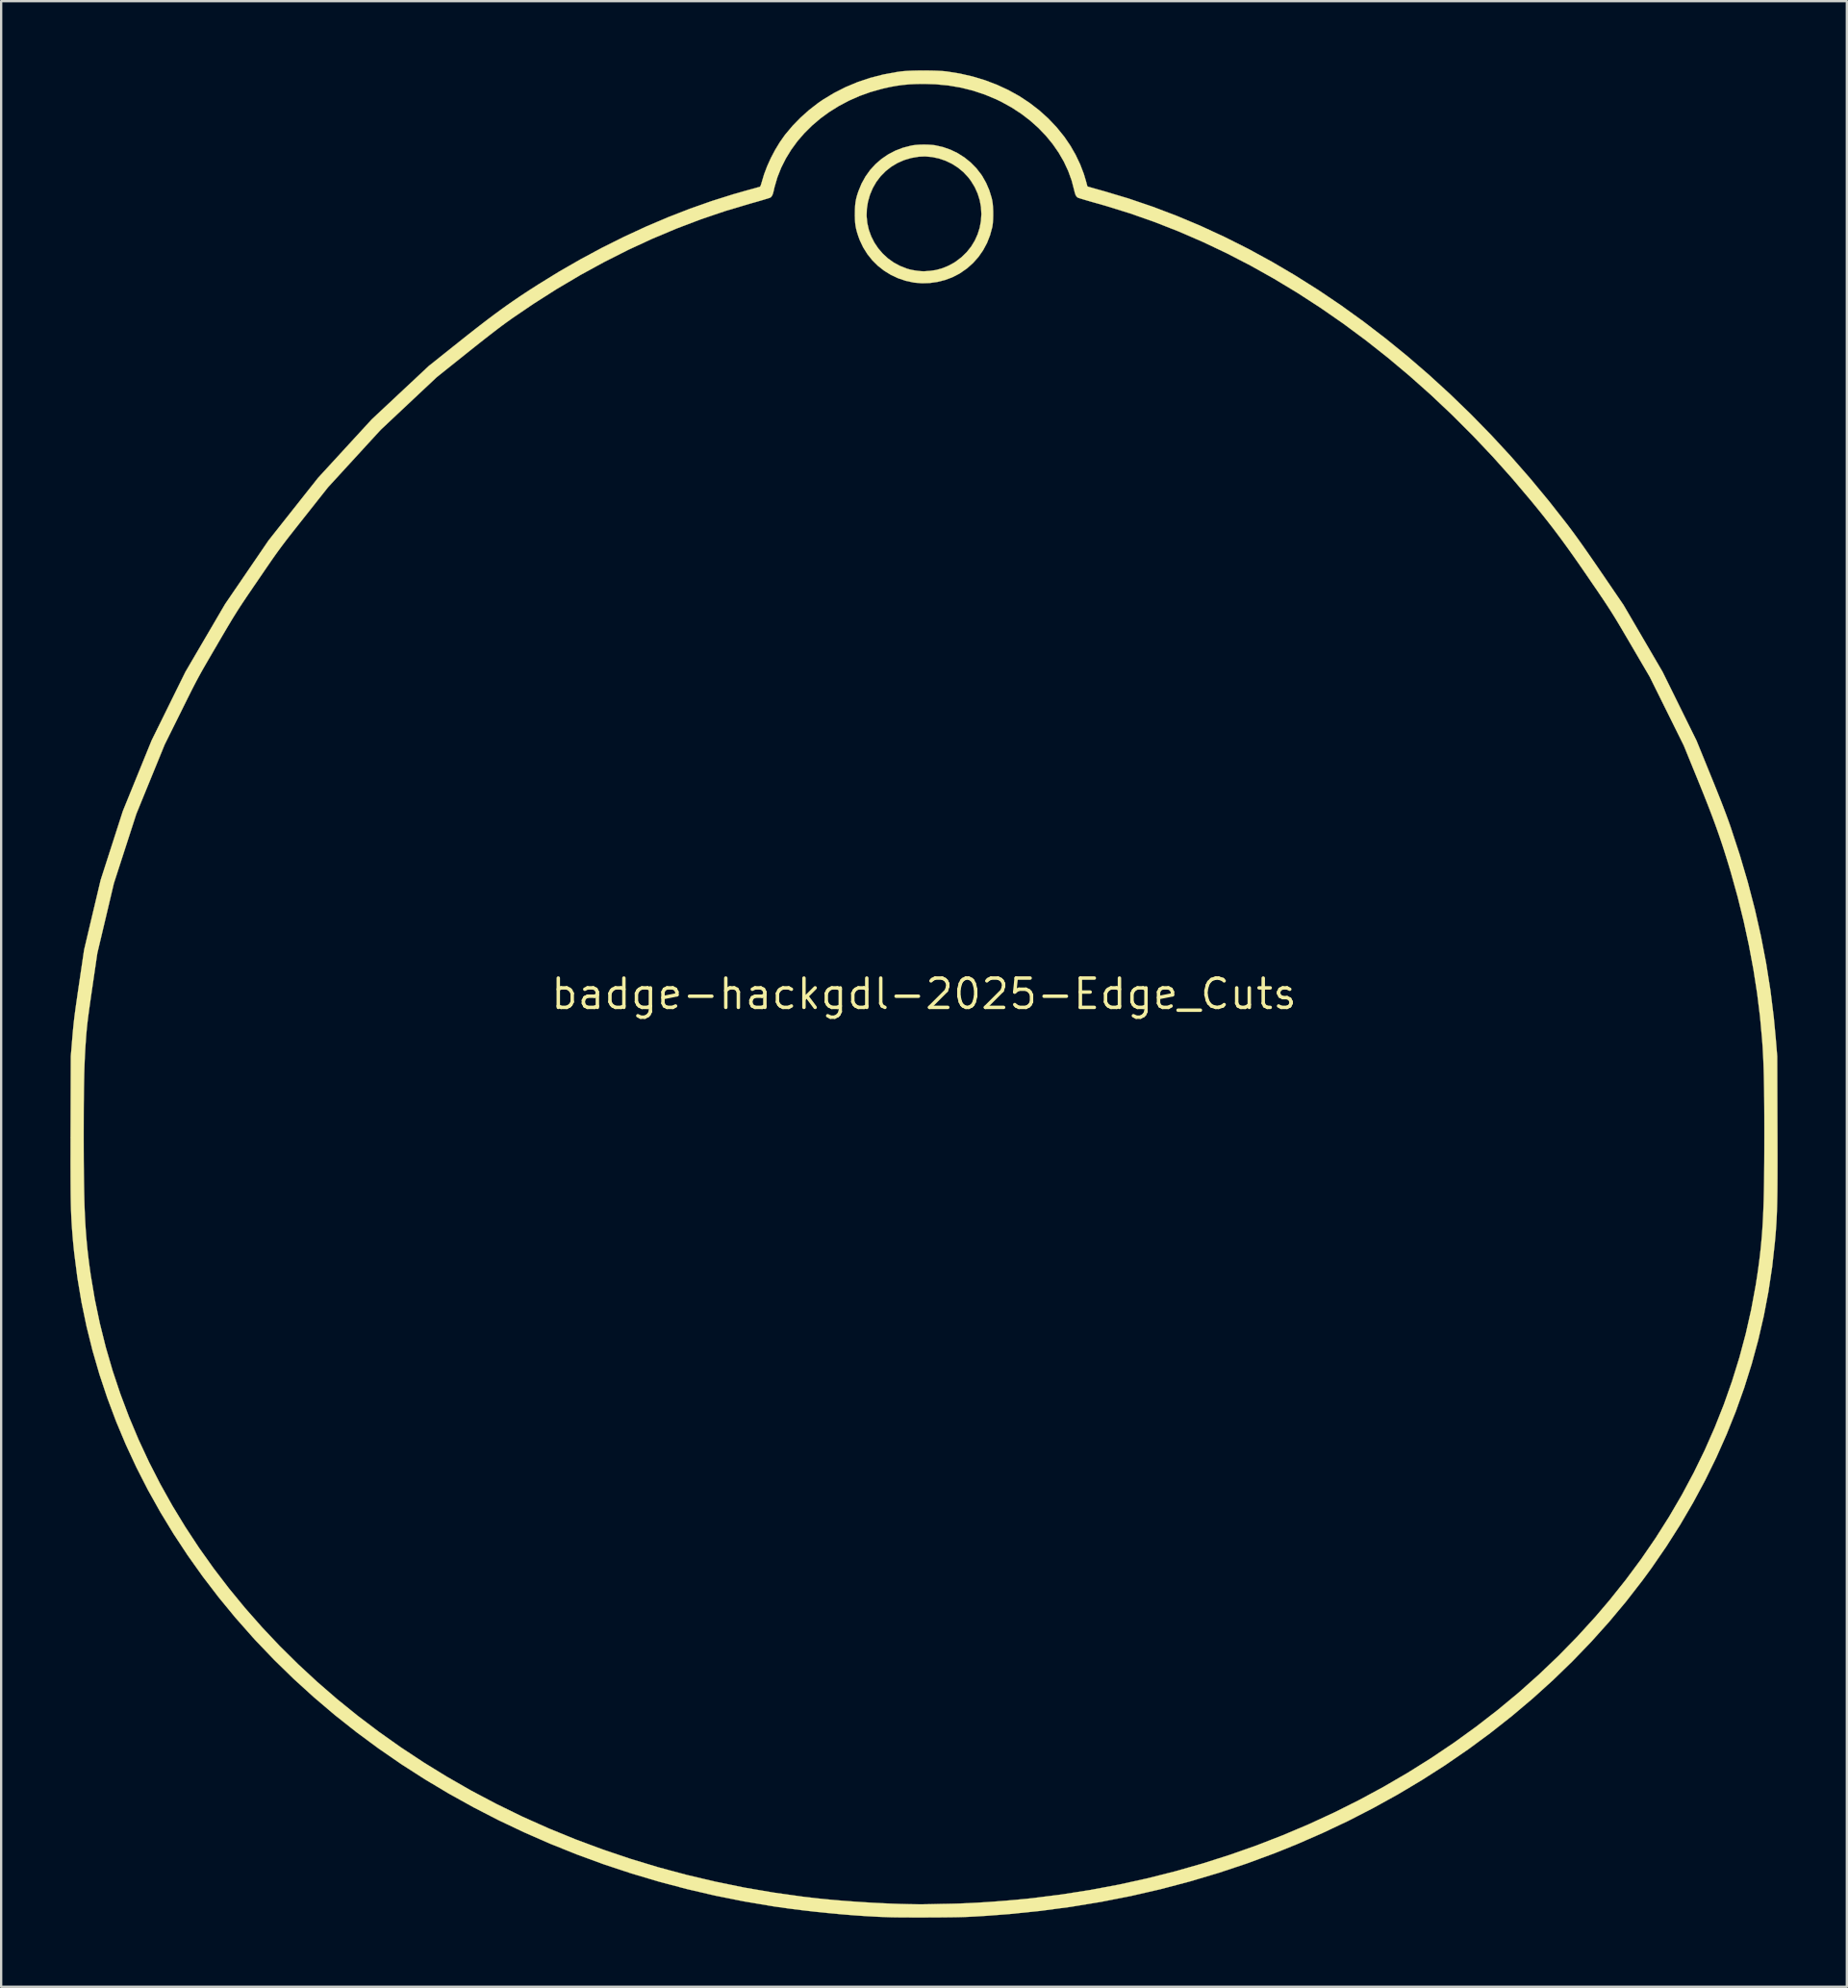
<source format=kicad_pcb>
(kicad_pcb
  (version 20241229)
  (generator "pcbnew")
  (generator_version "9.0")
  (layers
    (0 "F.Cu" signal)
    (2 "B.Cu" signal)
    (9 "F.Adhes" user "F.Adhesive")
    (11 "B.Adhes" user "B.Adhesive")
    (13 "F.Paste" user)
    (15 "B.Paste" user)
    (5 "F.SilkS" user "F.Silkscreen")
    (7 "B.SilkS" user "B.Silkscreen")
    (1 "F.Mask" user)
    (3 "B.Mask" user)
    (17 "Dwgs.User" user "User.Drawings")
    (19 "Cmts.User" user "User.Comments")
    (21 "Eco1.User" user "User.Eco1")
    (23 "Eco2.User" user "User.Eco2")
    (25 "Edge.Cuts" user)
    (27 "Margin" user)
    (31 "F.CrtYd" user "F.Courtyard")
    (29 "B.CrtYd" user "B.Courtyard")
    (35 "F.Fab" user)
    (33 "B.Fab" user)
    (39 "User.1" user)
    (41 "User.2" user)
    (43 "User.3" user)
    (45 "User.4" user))
  (footprint "badge-hackgdl-2025-Edge_Cuts"
    (layer "F.Cu")
    (at 36.981 40.023)
    (property "Reference" "badge-hackgdl-2025-Edge_Cuts" (at 0 0 0) (layer "F.SilkS") (effects (font (size 1.27 1.27) (thickness 0.15))))
    (attr through_hole)
    (fp_poly (pts (xy 0.202 -36.803) (xy 0.371 -36.791) (xy 0.477 -36.778) (xy 0.819 -36.701) (xy 1.148 -36.586) (xy 1.461 -36.435) (xy 1.754 -36.249) (xy 2.023 -36.032) (xy 2.266 -35.785) (xy 2.479 -35.511) (xy 2.524 -35.444) (xy 2.69 -35.149) (xy 2.827 -34.831) (xy 2.929 -34.5) (xy 2.955 -34.385) (xy 2.975 -34.257) (xy 2.988 -34.1) (xy 2.996 -33.924) (xy 2.997 -33.742) (xy 2.992 -33.563) (xy 2.981 -33.401) (xy 2.963 -33.266) (xy 2.957 -33.232) (xy 2.86 -32.876) (xy 2.728 -32.541) (xy 2.561 -32.229) (xy 2.36 -31.94) (xy 2.126 -31.677) (xy 1.862 -31.442) (xy 1.567 -31.236) (xy 1.513 -31.204) (xy 1.221 -31.055) (xy 0.907 -30.939) (xy 0.579 -30.856) (xy 0.244 -30.809) (xy -0.092 -30.799) (xy -0.42 -30.826) (xy -0.447 -30.83) (xy -0.794 -30.905) (xy -1.126 -31.017) (xy -1.439 -31.164) (xy -1.73 -31.344) (xy -1.999 -31.555) (xy -2.241 -31.795) (xy -2.454 -32.062) (xy -2.636 -32.353) (xy -2.784 -32.666) (xy -2.847 -32.837) (xy -2.899 -33) (xy -2.937 -33.142) (xy -2.964 -33.275) (xy -2.982 -33.411) (xy -2.991 -33.562) (xy -2.994 -33.715) (xy -2.488 -33.715) (xy -2.458 -33.411) (xy -2.391 -33.116) (xy -2.288 -32.832) (xy -2.152 -32.563) (xy -1.984 -32.313) (xy -1.787 -32.083) (xy -1.563 -31.877) (xy -1.314 -31.699) (xy -1.042 -31.551) (xy -0.75 -31.436) (xy -0.627 -31.4) (xy -0.517 -31.375) (xy -0.39 -31.353) (xy -0.259 -31.335) (xy -0.134 -31.322) (xy -0.027 -31.317) (xy 0.042 -31.319) (xy 0.089 -31.323) (xy 0.162 -31.329) (xy 0.249 -31.335) (xy 0.265 -31.336) (xy 0.516 -31.372) (xy 0.775 -31.443) (xy 1.033 -31.546) (xy 1.282 -31.679) (xy 1.373 -31.737) (xy 1.629 -31.932) (xy 1.853 -32.151) (xy 2.044 -32.391) (xy 2.201 -32.65) (xy 2.324 -32.923) (xy 2.413 -33.207) (xy 2.467 -33.499) (xy 2.486 -33.796) (xy 2.469 -34.094) (xy 2.416 -34.391) (xy 2.325 -34.682) (xy 2.198 -34.965) (xy 2.032 -35.236) (xy 1.911 -35.396) (xy 1.704 -35.617) (xy 1.469 -35.81) (xy 1.211 -35.975) (xy 0.935 -36.107) (xy 0.646 -36.206) (xy 0.35 -36.269) (xy 0.05 -36.295) (xy -0.228 -36.283) (xy -0.555 -36.227) (xy -0.864 -36.135) (xy -1.153 -36.007) (xy -1.419 -35.847) (xy -1.661 -35.657) (xy -1.877 -35.438) (xy -2.064 -35.193) (xy -2.219 -34.924) (xy -2.342 -34.633) (xy -2.43 -34.323) (xy -2.477 -34.024) (xy -2.488 -33.715) (xy -2.994 -33.715) (xy -2.995 -33.74) (xy -2.995 -33.803) (xy -2.992 -34.002) (xy -2.983 -34.171) (xy -2.966 -34.32) (xy -2.939 -34.463) (xy -2.9 -34.61) (xy -2.847 -34.772) (xy -2.842 -34.786) (xy -2.706 -35.117) (xy -2.536 -35.424) (xy -2.334 -35.706) (xy -2.102 -35.96) (xy -1.842 -36.185) (xy -1.557 -36.38) (xy -1.248 -36.542) (xy -0.919 -36.669) (xy -0.571 -36.759) (xy -0.479 -36.777) (xy -0.336 -36.794) (xy -0.165 -36.805) (xy 0.019 -36.808) (xy 0.202 -36.803)) (stroke (width 0.01) (type solid)) (fill yes) (layer "F.SilkS"))
    (fp_poly (pts (xy 0.198 -40.016) (xy 0.421 -40.012) (xy 0.629 -40.004) (xy 0.813 -39.993) (xy 0.965 -39.979) (xy 0.984 -39.977) (xy 1.555 -39.885) (xy 2.109 -39.758) (xy 2.645 -39.596) (xy 3.16 -39.4) (xy 3.654 -39.171) (xy 4.125 -38.91) (xy 4.571 -38.617) (xy 4.99 -38.294) (xy 5.382 -37.941) (xy 5.744 -37.56) (xy 6.075 -37.151) (xy 6.087 -37.134) (xy 6.343 -36.757) (xy 6.57 -36.361) (xy 6.765 -35.951) (xy 6.924 -35.536) (xy 7.018 -35.221) (xy 7.042 -35.131) (xy 7.062 -35.057) (xy 7.076 -35.008) (xy 7.081 -34.993) (xy 7.101 -34.987) (xy 7.158 -34.97) (xy 7.246 -34.945) (xy 7.361 -34.912) (xy 7.498 -34.873) (xy 7.653 -34.83) (xy 7.802 -34.788) (xy 8.858 -34.472) (xy 9.909 -34.115) (xy 10.956 -33.717) (xy 11.997 -33.279) (xy 13.031 -32.801) (xy 14.057 -32.285) (xy 15.074 -31.73) (xy 16.082 -31.137) (xy 17.08 -30.508) (xy 18.066 -29.842) (xy 19.039 -29.141) (xy 19.999 -28.405) (xy 20.945 -27.635) (xy 21.876 -26.831) (xy 22.791 -25.994) (xy 23.689 -25.125) (xy 24.569 -24.224) (xy 25.43 -23.293) (xy 26.271 -22.331) (xy 27.091 -21.339) (xy 27.865 -20.352) (xy 28.021 -20.145) (xy 28.188 -19.919) (xy 28.368 -19.67) (xy 28.563 -19.396) (xy 28.774 -19.094) (xy 29.004 -18.762) (xy 29.254 -18.398) (xy 29.351 -18.256) (xy 30.304 -16.859) (xy 31.998 -13.959) (xy 32.732 -12.47) (xy 33.467 -10.981) (xy 34.072 -9.496) (xy 34.218 -9.138) (xy 34.348 -8.814) (xy 34.465 -8.52) (xy 34.57 -8.252) (xy 34.664 -8.006) (xy 34.75 -7.778) (xy 34.829 -7.563) (xy 34.903 -7.356) (xy 34.95 -7.22) (xy 35.339 -6.034) (xy 35.687 -4.853) (xy 35.993 -3.677) (xy 36.259 -2.504) (xy 36.484 -1.332) (xy 36.669 -0.161) (xy 36.814 1.011) (xy 36.897 1.894) (xy 36.963 2.699) (xy 36.972 5.619) (xy 36.974 6.105) (xy 36.975 6.552) (xy 36.976 6.961) (xy 36.976 7.336) (xy 36.975 7.678) (xy 36.974 7.992) (xy 36.972 8.279) (xy 36.97 8.541) (xy 36.966 8.783) (xy 36.962 9.005) (xy 36.957 9.211) (xy 36.951 9.404) (xy 36.944 9.585) (xy 36.936 9.758) (xy 36.927 9.925) (xy 36.916 10.089) (xy 36.905 10.252) (xy 36.892 10.417) (xy 36.877 10.587) (xy 36.862 10.753) (xy 36.744 11.824) (xy 36.584 12.889) (xy 36.383 13.946) (xy 36.14 14.995) (xy 35.857 16.035) (xy 35.534 17.065) (xy 35.17 18.085) (xy 34.766 19.093) (xy 34.323 20.09) (xy 33.84 21.074) (xy 33.318 22.044) (xy 32.758 23.001) (xy 32.159 23.943) (xy 31.522 24.869) (xy 31.126 25.411) (xy 30.419 26.322) (xy 29.677 27.21) (xy 28.901 28.075) (xy 28.091 28.916) (xy 27.25 29.731) (xy 26.377 30.521) (xy 25.473 31.285) (xy 24.54 32.021) (xy 23.578 32.73) (xy 22.589 33.41) (xy 21.573 34.061) (xy 20.531 34.682) (xy 19.464 35.273) (xy 18.374 35.833) (xy 17.26 36.36) (xy 16.125 36.855) (xy 15.198 37.229) (xy 13.983 37.678) (xy 12.751 38.088) (xy 11.503 38.46) (xy 10.239 38.793) (xy 8.96 39.087) (xy 7.666 39.341) (xy 6.358 39.556) (xy 5.038 39.732) (xy 3.704 39.868) (xy 2.741 39.942) (xy 2.527 39.955) (xy 2.336 39.967) (xy 2.161 39.977) (xy 1.998 39.985) (xy 1.839 39.992) (xy 1.679 39.998) (xy 1.513 40.002) (xy 1.333 40.006) (xy 1.133 40.008) (xy 0.909 40.011) (xy 0.654 40.013) (xy 0.402 40.014) (xy 0.148 40.015) (xy -0.11 40.016) (xy -0.365 40.016) (xy -0.611 40.015) (xy -0.842 40.014) (xy -1.054 40.013) (xy -1.239 40.011) (xy -1.393 40.008) (xy -1.492 40.006) (xy -1.979 39.987) (xy -2.499 39.959) (xy -3.044 39.922) (xy -3.607 39.876) (xy -4.18 39.823) (xy -4.755 39.763) (xy -5.325 39.697) (xy -5.881 39.626) (xy -6.415 39.551) (xy -6.564 39.528) (xy -7.818 39.316) (xy -9.059 39.067) (xy -10.287 38.781) (xy -11.502 38.459) (xy -12.701 38.101) (xy -13.884 37.709) (xy -15.05 37.282) (xy -16.197 36.821) (xy -17.325 36.327) (xy -18.433 35.801) (xy -19.519 35.242) (xy -20.583 34.651) (xy -21.623 34.03) (xy -22.638 33.378) (xy -23.628 32.696) (xy -24.591 31.984) (xy -25.526 31.244) (xy -26.431 30.475) (xy -27.307 29.679) (xy -28.152 28.855) (xy -28.965 28.005) (xy -29.072 27.887) (xy -29.835 27.023) (xy -30.56 26.141) (xy -31.248 25.242) (xy -31.899 24.326) (xy -32.512 23.395) (xy -33.087 22.448) (xy -33.624 21.487) (xy -34.122 20.512) (xy -34.581 19.523) (xy -35.001 18.522) (xy -35.381 17.509) (xy -35.722 16.485) (xy -36.022 15.45) (xy -36.282 14.405) (xy -36.501 13.351) (xy -36.679 12.288) (xy -36.816 11.217) (xy -36.863 10.753) (xy -36.878 10.577) (xy -36.892 10.408) (xy -36.905 10.243) (xy -36.917 10.079) (xy -36.927 9.915) (xy -36.937 9.746) (xy -36.945 9.571) (xy -36.952 9.387) (xy -36.958 9.192) (xy -36.963 8.982) (xy -36.967 8.756) (xy -36.97 8.51) (xy -36.972 8.243) (xy -36.974 7.951) (xy -36.975 7.631) (xy -36.976 7.282) (xy -36.975 6.901) (xy -36.975 6.484) (xy -36.974 6.05) (xy -36.406 6.05) (xy -36.406 6.227) (xy -36.405 6.764) (xy -36.403 7.263) (xy -36.399 7.725) (xy -36.393 8.155) (xy -36.386 8.555) (xy -36.377 8.929) (xy -36.366 9.279) (xy -36.352 9.609) (xy -36.336 9.923) (xy -36.317 10.222) (xy -36.295 10.511) (xy -36.27 10.793) (xy -36.243 11.07) (xy -36.211 11.346) (xy -36.177 11.624) (xy -36.139 11.908) (xy -36.099 12.186) (xy -35.923 13.236) (xy -35.705 14.277) (xy -35.448 15.308) (xy -35.151 16.327) (xy -34.814 17.335) (xy -34.439 18.331) (xy -34.026 19.313) (xy -33.575 20.281) (xy -33.087 21.235) (xy -32.562 22.174) (xy -32.001 23.096) (xy -31.405 24.002) (xy -30.774 24.89) (xy -30.109 25.76) (xy -29.41 26.611) (xy -28.677 27.442) (xy -27.912 28.253) (xy -27.114 29.042) (xy -26.285 29.81) (xy -25.425 30.555) (xy -24.534 31.276) (xy -23.613 31.973) (xy -22.662 32.646) (xy -21.682 33.293) (xy -20.675 33.913) (xy -19.639 34.507) (xy -19.6 34.528) (xy -18.509 35.105) (xy -17.394 35.649) (xy -16.255 36.158) (xy -15.096 36.632) (xy -13.916 37.071) (xy -12.719 37.475) (xy -11.506 37.842) (xy -10.278 38.172) (xy -9.036 38.465) (xy -7.784 38.721) (xy -6.522 38.937) (xy -5.253 39.115) (xy -4.614 39.189) (xy -4.255 39.226) (xy -3.874 39.261) (xy -3.477 39.294) (xy -3.07 39.324) (xy -2.657 39.352) (xy -2.244 39.377) (xy -1.836 39.398) (xy -1.439 39.416) (xy -1.058 39.43) (xy -0.698 39.439) (xy -0.364 39.445) (xy -0.062 39.446) (xy 0.18 39.442) (xy 0.285 39.44) (xy 0.424 39.437) (xy 0.587 39.433) (xy 0.766 39.429) (xy 0.951 39.426) (xy 1.134 39.422) (xy 1.154 39.422) (xy 1.504 39.413) (xy 1.888 39.397) (xy 2.298 39.376) (xy 2.725 39.35) (xy 3.162 39.319) (xy 3.601 39.284) (xy 4.033 39.246) (xy 4.451 39.206) (xy 4.695 39.18) (xy 5.955 39.021) (xy 7.204 38.825) (xy 8.44 38.593) (xy 9.663 38.324) (xy 10.872 38.019) (xy 12.066 37.679) (xy 13.243 37.304) (xy 14.404 36.895) (xy 15.546 36.452) (xy 16.669 35.976) (xy 17.772 35.467) (xy 18.853 34.926) (xy 19.913 34.353) (xy 20.95 33.749) (xy 21.963 33.114) (xy 22.951 32.449) (xy 23.912 31.754) (xy 24.847 31.03) (xy 25.755 30.277) (xy 26.633 29.495) (xy 27.481 28.686) (xy 28.299 27.85) (xy 29.085 26.987) (xy 29.698 26.268) (xy 30.399 25.389) (xy 31.064 24.493) (xy 31.691 23.579) (xy 32.28 22.649) (xy 32.832 21.704) (xy 33.345 20.744) (xy 33.82 19.77) (xy 34.256 18.782) (xy 34.652 17.783) (xy 35.008 16.771) (xy 35.325 15.749) (xy 35.601 14.717) (xy 35.836 13.676) (xy 36.03 12.627) (xy 36.098 12.192) (xy 36.14 11.9) (xy 36.178 11.616) (xy 36.213 11.338) (xy 36.244 11.061) (xy 36.271 10.784) (xy 36.296 10.502) (xy 36.318 10.213) (xy 36.336 9.913) (xy 36.353 9.599) (xy 36.366 9.268) (xy 36.378 8.917) (xy 36.387 8.543) (xy 36.394 8.142) (xy 36.399 7.711) (xy 36.403 7.248) (xy 36.405 6.749) (xy 36.406 6.216) (xy 36.406 5.734) (xy 36.405 5.291) (xy 36.403 4.884) (xy 36.4 4.509) (xy 36.396 4.164) (xy 36.39 3.845) (xy 36.384 3.548) (xy 36.376 3.271) (xy 36.367 3.01) (xy 36.357 2.763) (xy 36.344 2.524) (xy 36.331 2.293) (xy 36.315 2.064) (xy 36.31 1.99) (xy 36.219 0.988) (xy 36.093 -0.032) (xy 35.932 -1.066) (xy 35.737 -2.109) (xy 35.51 -3.157) (xy 35.25 -4.207) (xy 34.958 -5.255) (xy 34.865 -5.567) (xy 34.765 -5.893) (xy 34.668 -6.202) (xy 34.572 -6.498) (xy 34.475 -6.787) (xy 34.375 -7.075) (xy 34.27 -7.367) (xy 34.159 -7.668) (xy 34.039 -7.983) (xy 33.908 -8.318) (xy 33.765 -8.679) (xy 33.607 -9.07) (xy 33.521 -9.282) (xy 32.917 -10.763) (xy 32.178 -12.255) (xy 31.438 -13.748) (xy 30.61 -15.162) (xy 30.457 -15.423) (xy 30.322 -15.652) (xy 30.203 -15.855) (xy 30.096 -16.035) (xy 29.998 -16.199) (xy 29.906 -16.349) (xy 29.817 -16.492) (xy 29.729 -16.631) (xy 29.638 -16.772) (xy 29.542 -16.919) (xy 29.437 -17.077) (xy 29.32 -17.25) (xy 29.189 -17.444) (xy 29.04 -17.662) (xy 28.87 -17.91) (xy 28.846 -17.946) (xy 28.581 -18.332) (xy 28.335 -18.688) (xy 28.104 -19.017) (xy 27.885 -19.324) (xy 27.674 -19.615) (xy 27.468 -19.893) (xy 27.263 -20.165) (xy 27.055 -20.433) (xy 26.842 -20.704) (xy 26.619 -20.982) (xy 26.383 -21.271) (xy 26.33 -21.336) (xy 25.494 -22.326) (xy 24.638 -23.284) (xy 23.763 -24.209) (xy 22.869 -25.102) (xy 21.959 -25.961) (xy 21.032 -26.786) (xy 20.09 -27.577) (xy 19.133 -28.332) (xy 18.161 -29.052) (xy 17.177 -29.735) (xy 16.18 -30.381) (xy 15.172 -30.99) (xy 14.153 -31.561) (xy 13.124 -32.094) (xy 12.085 -32.587) (xy 11.039 -33.041) (xy 9.985 -33.454) (xy 8.924 -33.827) (xy 7.858 -34.158) (xy 7.535 -34.25) (xy 7.353 -34.301) (xy 7.182 -34.35) (xy 7.027 -34.395) (xy 6.892 -34.435) (xy 6.783 -34.468) (xy 6.704 -34.494) (xy 6.659 -34.51) (xy 6.652 -34.514) (xy 6.603 -34.56) (xy 6.562 -34.634) (xy 6.528 -34.739) (xy 6.508 -34.824) (xy 6.397 -35.25) (xy 6.246 -35.666) (xy 6.057 -36.071) (xy 5.831 -36.462) (xy 5.57 -36.837) (xy 5.276 -37.195) (xy 4.95 -37.534) (xy 4.594 -37.851) (xy 4.21 -38.145) (xy 3.799 -38.414) (xy 3.363 -38.655) (xy 3.137 -38.765) (xy 2.634 -38.975) (xy 2.121 -39.146) (xy 1.595 -39.277) (xy 1.056 -39.369) (xy 0.501 -39.422) (xy 0 -39.437) (xy -0.327 -39.433) (xy -0.625 -39.419) (xy -0.906 -39.394) (xy -1.182 -39.356) (xy -1.465 -39.305) (xy -1.768 -39.237) (xy -1.832 -39.221) (xy -2.325 -39.082) (xy -2.8 -38.911) (xy -3.256 -38.709) (xy -3.69 -38.479) (xy -4.102 -38.222) (xy -4.488 -37.94) (xy -4.848 -37.634) (xy -5.179 -37.306) (xy -5.481 -36.957) (xy -5.75 -36.59) (xy -5.986 -36.205) (xy -6.187 -35.805) (xy -6.351 -35.392) (xy -6.476 -34.966) (xy -6.508 -34.824) (xy -6.54 -34.695) (xy -6.576 -34.603) (xy -6.62 -34.54) (xy -6.653 -34.513) (xy -6.684 -34.5) (xy -6.75 -34.478) (xy -6.849 -34.448) (xy -6.974 -34.41) (xy -7.121 -34.367) (xy -7.287 -34.319) (xy -7.466 -34.269) (xy -7.536 -34.249) (xy -8.602 -33.931) (xy -9.663 -33.571) (xy -10.72 -33.17) (xy -11.77 -32.728) (xy -12.813 -32.246) (xy -13.849 -31.723) (xy -14.876 -31.161) (xy -15.893 -30.56) (xy -16.9 -29.92) (xy -17.798 -29.31) (xy -17.949 -29.203) (xy -18.101 -29.094) (xy -18.257 -28.98) (xy -18.42 -28.858) (xy -18.593 -28.726) (xy -18.781 -28.581) (xy -18.988 -28.42) (xy -19.215 -28.241) (xy -19.468 -28.041) (xy -19.749 -27.817) (xy -19.79 -27.784) (xy -21.112 -26.727) (xy -22.324 -25.589) (xy -23.536 -24.45) (xy -24.677 -23.205) (xy -25.818 -21.96) (xy -26.865 -20.637) (xy -27.055 -20.396) (xy -27.223 -20.184) (xy -27.371 -19.996) (xy -27.502 -19.829) (xy -27.62 -19.677) (xy -27.727 -19.536) (xy -27.828 -19.402) (xy -27.925 -19.27) (xy -28.022 -19.137) (xy -28.122 -18.997) (xy -28.227 -18.847) (xy -28.342 -18.681) (xy -28.469 -18.496) (xy -28.612 -18.287) (xy -28.774 -18.05) (xy -28.848 -17.942) (xy -29.021 -17.689) (xy -29.172 -17.467) (xy -29.305 -17.271) (xy -29.423 -17.096) (xy -29.529 -16.937) (xy -29.627 -16.789) (xy -29.718 -16.648) (xy -29.805 -16.51) (xy -29.893 -16.369) (xy -29.984 -16.221) (xy -30.08 -16.06) (xy -30.185 -15.884) (xy -30.302 -15.686) (xy -30.433 -15.463) (xy -30.582 -15.208) (xy -30.623 -15.137) (xy -30.777 -14.874) (xy -30.912 -14.643) (xy -31.031 -14.438) (xy -31.136 -14.256) (xy -31.231 -14.091) (xy -31.317 -13.938) (xy -31.397 -13.793) (xy -31.474 -13.651) (xy -31.55 -13.507) (xy -31.629 -13.356) (xy -31.712 -13.193) (xy -31.802 -13.014) (xy -31.902 -12.814) (xy -32.015 -12.587) (xy -32.142 -12.33) (xy -32.179 -12.255) (xy -32.898 -10.806) (xy -33.512 -9.303) (xy -34.126 -7.8) (xy -35.098 -4.794) (xy -35.456 -3.281) (xy -35.815 -1.767) (xy -36.036 -0.254) (xy -36.08 0.047) (xy -36.118 0.311) (xy -36.151 0.542) (xy -36.179 0.745) (xy -36.203 0.924) (xy -36.224 1.084) (xy -36.241 1.23) (xy -36.256 1.365) (xy -36.27 1.496) (xy -36.281 1.625) (xy -36.293 1.757) (xy -36.304 1.898) (xy -36.31 1.99) (xy -36.326 2.218) (xy -36.34 2.449) (xy -36.353 2.684) (xy -36.364 2.929) (xy -36.373 3.185) (xy -36.382 3.456) (xy -36.388 3.746) (xy -36.394 4.057) (xy -36.398 4.393) (xy -36.402 4.757) (xy -36.404 5.152) (xy -36.405 5.582) (xy -36.406 6.05) (xy -36.974 6.05) (xy -36.974 6.03) (xy -36.972 5.619) (xy -36.963 2.699) (xy -36.897 1.894) (xy -36.883 1.728) (xy -36.869 1.573) (xy -36.855 1.425) (xy -36.84 1.279) (xy -36.823 1.13) (xy -36.805 0.974) (xy -36.783 0.806) (xy -36.758 0.62) (xy -36.729 0.412) (xy -36.695 0.178) (xy -36.657 -0.089) (xy -36.612 -0.392) (xy -36.609 -0.413) (xy -36.387 -1.916) (xy -36.029 -3.429) (xy -35.67 -4.942) (xy -34.709 -7.927) (xy -34.086 -9.458) (xy -33.462 -10.99) (xy -32.73 -12.475) (xy -31.998 -13.959) (xy -31.137 -15.431) (xy -30.276 -16.902) (xy -29.337 -18.277) (xy -28.398 -19.653) (xy -27.328 -21.007) (xy -26.257 -22.36) (xy -25.091 -23.631) (xy -23.924 -24.903) (xy -21.452 -27.217) (xy -20.129 -28.272) (xy -19.773 -28.555) (xy -19.444 -28.813) (xy -19.138 -29.05) (xy -18.852 -29.269) (xy -18.58 -29.473) (xy -18.317 -29.665) (xy -18.061 -29.849) (xy -17.805 -30.027) (xy -17.547 -30.203) (xy -17.281 -30.38) (xy -17.003 -30.561) (xy -16.711 -30.748) (xy -15.801 -31.308) (xy -14.876 -31.84) (xy -13.939 -32.342) (xy -12.994 -32.814) (xy -12.045 -33.253) (xy -11.093 -33.658) (xy -10.144 -34.028) (xy -9.198 -34.361) (xy -8.261 -34.656) (xy -7.832 -34.779) (xy -7.667 -34.825) (xy -7.515 -34.867) (xy -7.379 -34.904) (xy -7.266 -34.936) (xy -7.181 -34.96) (xy -7.127 -34.974) (xy -7.112 -34.979) (xy -7.089 -35.005) (xy -7.063 -35.07) (xy -7.033 -35.169) (xy -7.029 -35.184) (xy -6.928 -35.522) (xy -6.795 -35.873) (xy -6.635 -36.226) (xy -6.453 -36.572) (xy -6.253 -36.902) (xy -6.041 -37.205) (xy -5.997 -37.262) (xy -5.688 -37.629) (xy -5.345 -37.98) (xy -4.976 -38.309) (xy -4.59 -38.608) (xy -4.388 -38.747) (xy -3.903 -39.041) (xy -3.4 -39.297) (xy -2.877 -39.516) (xy -2.334 -39.698) (xy -1.77 -39.843) (xy -1.187 -39.951) (xy -1.005 -39.977) (xy -0.862 -39.991) (xy -0.685 -40.003) (xy -0.482 -40.011) (xy -0.262 -40.016) (xy -0.032 -40.018) (xy 0.198 -40.016)) (stroke (width 0.01) (type solid)) (fill yes) (layer "F.SilkS")))
  (gr_rect
    (start -3 -3)
    (end 76.961 83.044)
    (stroke (width 0.1) (type default))
    (fill no)
    (layer "Edge.Cuts")))
</source>
